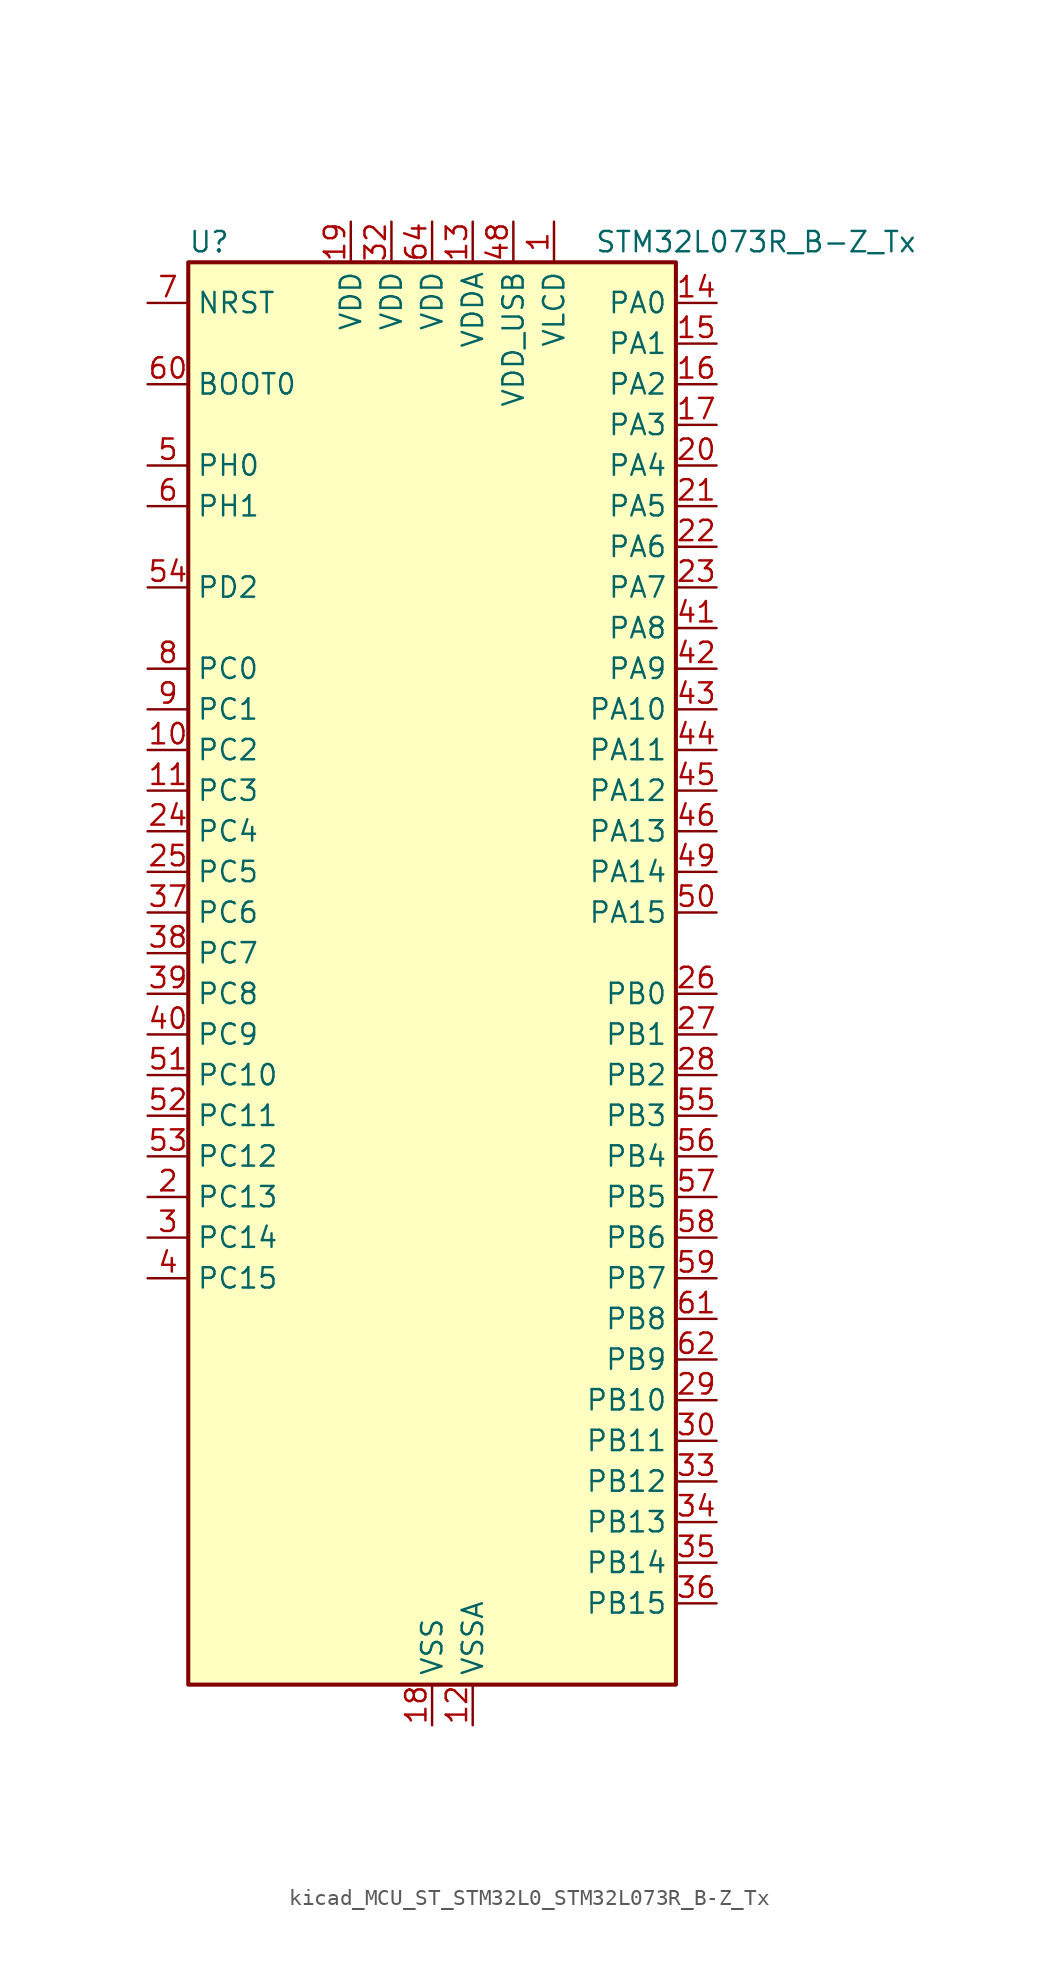
<source format=kicad_sym>
(kicad_symbol_lib
  (version 20220914)
  (generator kicad_symbol_editor)
  (symbol "kicad_MCU_ST_STM32L0_STM32L073R_B-Z_Tx"
    (property "Reference" "U"
      (at -15.24 46.99 0)
      (effects (font (size 1.27 1.27)) (justify left)))
    (property "Value" "STM32L073R_B-Z_Tx"
      (at 10.16 46.99 0)
      (effects (font (size 1.27 1.27)) (justify left)))
    (property "ki_locked" ""
      (at 0 0 0)
      (effects (font (size 1.27 1.27))))
    (symbol "kicad_MCU_ST_STM32L0_STM32L073R_B-Z_Tx_0_1"
      (rectangle (start -15.24 -43.18) (end 15.24 45.72) (stroke (width 0.254) (type default)) (fill (type background))))
    (symbol "kicad_MCU_ST_STM32L0_STM32L073R_B-Z_Tx_1_1"
      (pin power_in line (at 7.62 48.26 270) (length 2.54) (name "VLCD" (effects (font (size 1.27 1.27)))) (number "1" (effects (font (size 1.27 1.27)))))
      (pin bidirectional line (at -17.78 15.24 0) (length 2.54) (name "PC2" (effects (font (size 1.27 1.27)))) (number "10" (effects (font (size 1.27 1.27)))) (alternate "ADC_IN12" bidirectional line) (alternate "I2S2_MCK" bidirectional line) (alternate "LCD_SEG20" bidirectional line) (alternate "LPTIM1_IN2" bidirectional line) (alternate "SPI2_MISO" bidirectional line) (alternate "TSC_G7_IO3" bidirectional line))
      (pin bidirectional line (at -17.78 12.7 0) (length 2.54) (name "PC3" (effects (font (size 1.27 1.27)))) (number "11" (effects (font (size 1.27 1.27)))) (alternate "ADC_IN13" bidirectional line) (alternate "I2S2_SD" bidirectional line) (alternate "LCD_SEG21" bidirectional line) (alternate "LPTIM1_ETR" bidirectional line) (alternate "SPI2_MOSI" bidirectional line) (alternate "TSC_G7_IO4" bidirectional line))
      (pin power_in line (at 2.54 -45.72 90) (length 2.54) (name "VSSA" (effects (font (size 1.27 1.27)))) (number "12" (effects (font (size 1.27 1.27)))))
      (pin power_in line (at 2.54 48.26 270) (length 2.54) (name "VDDA" (effects (font (size 1.27 1.27)))) (number "13" (effects (font (size 1.27 1.27)))))
      (pin bidirectional line (at 17.78 43.18 180) (length 2.54) (name "PA0" (effects (font (size 1.27 1.27)))) (number "14" (effects (font (size 1.27 1.27)))) (alternate "ADC_IN0" bidirectional line) (alternate "COMP1_INM" bidirectional line) (alternate "COMP1_OUT" bidirectional line) (alternate "RTC_TAMP2" bidirectional line) (alternate "SYS_WKUP1" bidirectional line) (alternate "TIM2_CH1" bidirectional line) (alternate "TIM2_ETR" bidirectional line) (alternate "TSC_G1_IO1" bidirectional line) (alternate "USART2_CTS" bidirectional line) (alternate "USART4_TX" bidirectional line))
      (pin bidirectional line (at 17.78 40.64 180) (length 2.54) (name "PA1" (effects (font (size 1.27 1.27)))) (number "15" (effects (font (size 1.27 1.27)))) (alternate "ADC_IN1" bidirectional line) (alternate "COMP1_INP" bidirectional line) (alternate "LCD_SEG0" bidirectional line) (alternate "TIM21_ETR" bidirectional line) (alternate "TIM2_CH2" bidirectional line) (alternate "TSC_G1_IO2" bidirectional line) (alternate "USART2_DE" bidirectional line) (alternate "USART2_RTS" bidirectional line) (alternate "USART4_RX" bidirectional line))
      (pin bidirectional line (at 17.78 38.1 180) (length 2.54) (name "PA2" (effects (font (size 1.27 1.27)))) (number "16" (effects (font (size 1.27 1.27)))) (alternate "ADC_IN2" bidirectional line) (alternate "COMP2_INM" bidirectional line) (alternate "COMP2_OUT" bidirectional line) (alternate "LCD_SEG1" bidirectional line) (alternate "LPUART1_TX" bidirectional line) (alternate "TIM21_CH1" bidirectional line) (alternate "TIM2_CH3" bidirectional line) (alternate "TSC_G1_IO3" bidirectional line) (alternate "USART2_TX" bidirectional line))
      (pin bidirectional line (at 17.78 35.56 180) (length 2.54) (name "PA3" (effects (font (size 1.27 1.27)))) (number "17" (effects (font (size 1.27 1.27)))) (alternate "ADC_IN3" bidirectional line) (alternate "COMP2_INP" bidirectional line) (alternate "LCD_SEG2" bidirectional line) (alternate "LPUART1_RX" bidirectional line) (alternate "TIM21_CH2" bidirectional line) (alternate "TIM2_CH4" bidirectional line) (alternate "TSC_G1_IO4" bidirectional line) (alternate "USART2_RX" bidirectional line))
      (pin power_in line (at 0 -45.72 90) (length 2.54) (name "VSS" (effects (font (size 1.27 1.27)))) (number "18" (effects (font (size 1.27 1.27)))))
      (pin power_in line (at -5.08 48.26 270) (length 2.54) (name "VDD" (effects (font (size 1.27 1.27)))) (number "19" (effects (font (size 1.27 1.27)))))
      (pin bidirectional line (at -17.78 -12.7 0) (length 2.54) (name "PC13" (effects (font (size 1.27 1.27)))) (number "2" (effects (font (size 1.27 1.27)))) (alternate "RTC_OUT_ALARM" bidirectional line) (alternate "RTC_OUT_CALIB" bidirectional line) (alternate "RTC_TAMP1" bidirectional line) (alternate "RTC_TS" bidirectional line) (alternate "SYS_WKUP2" bidirectional line))
      (pin bidirectional line (at 17.78 33.02 180) (length 2.54) (name "PA4" (effects (font (size 1.27 1.27)))) (number "20" (effects (font (size 1.27 1.27)))) (alternate "ADC_IN4" bidirectional line) (alternate "COMP1_INM" bidirectional line) (alternate "COMP2_INM" bidirectional line) (alternate "DAC_OUT1" bidirectional line) (alternate "SPI1_NSS" bidirectional line) (alternate "TIM22_ETR" bidirectional line) (alternate "TSC_G2_IO1" bidirectional line) (alternate "USART2_CK" bidirectional line))
      (pin bidirectional line (at 17.78 30.48 180) (length 2.54) (name "PA5" (effects (font (size 1.27 1.27)))) (number "21" (effects (font (size 1.27 1.27)))) (alternate "ADC_IN5" bidirectional line) (alternate "COMP1_INM" bidirectional line) (alternate "COMP2_INM" bidirectional line) (alternate "DAC_OUT2" bidirectional line) (alternate "SPI1_SCK" bidirectional line) (alternate "TIM2_CH1" bidirectional line) (alternate "TIM2_ETR" bidirectional line) (alternate "TSC_G2_IO2" bidirectional line))
      (pin bidirectional line (at 17.78 27.94 180) (length 2.54) (name "PA6" (effects (font (size 1.27 1.27)))) (number "22" (effects (font (size 1.27 1.27)))) (alternate "ADC_IN6" bidirectional line) (alternate "COMP1_OUT" bidirectional line) (alternate "LCD_SEG3" bidirectional line) (alternate "LPUART1_CTS" bidirectional line) (alternate "SPI1_MISO" bidirectional line) (alternate "TIM22_CH1" bidirectional line) (alternate "TIM3_CH1" bidirectional line) (alternate "TSC_G2_IO3" bidirectional line))
      (pin bidirectional line (at 17.78 25.4 180) (length 2.54) (name "PA7" (effects (font (size 1.27 1.27)))) (number "23" (effects (font (size 1.27 1.27)))) (alternate "ADC_IN7" bidirectional line) (alternate "COMP2_OUT" bidirectional line) (alternate "LCD_SEG4" bidirectional line) (alternate "SPI1_MOSI" bidirectional line) (alternate "TIM22_CH2" bidirectional line) (alternate "TIM3_CH2" bidirectional line) (alternate "TSC_G2_IO4" bidirectional line))
      (pin bidirectional line (at -17.78 10.16 0) (length 2.54) (name "PC4" (effects (font (size 1.27 1.27)))) (number "24" (effects (font (size 1.27 1.27)))) (alternate "ADC_IN14" bidirectional line) (alternate "LCD_SEG22" bidirectional line) (alternate "LPUART1_TX" bidirectional line))
      (pin bidirectional line (at -17.78 7.62 0) (length 2.54) (name "PC5" (effects (font (size 1.27 1.27)))) (number "25" (effects (font (size 1.27 1.27)))) (alternate "ADC_IN15" bidirectional line) (alternate "LCD_SEG23" bidirectional line) (alternate "LPUART1_RX" bidirectional line) (alternate "TSC_G3_IO1" bidirectional line))
      (pin bidirectional line (at 17.78 0 180) (length 2.54) (name "PB0" (effects (font (size 1.27 1.27)))) (number "26" (effects (font (size 1.27 1.27)))) (alternate "ADC_IN8" bidirectional line) (alternate "LCD_SEG5" bidirectional line) (alternate "LCD_VLCD3" bidirectional line) (alternate "SYS_VREF_OUT_PB0" bidirectional line) (alternate "TIM3_CH3" bidirectional line) (alternate "TSC_G3_IO2" bidirectional line))
      (pin bidirectional line (at 17.78 -2.54 180) (length 2.54) (name "PB1" (effects (font (size 1.27 1.27)))) (number "27" (effects (font (size 1.27 1.27)))) (alternate "ADC_IN9" bidirectional line) (alternate "LCD_SEG6" bidirectional line) (alternate "LPUART1_DE" bidirectional line) (alternate "LPUART1_RTS" bidirectional line) (alternate "SYS_VREF_OUT_PB1" bidirectional line) (alternate "TIM3_CH4" bidirectional line) (alternate "TSC_G3_IO3" bidirectional line))
      (pin bidirectional line (at 17.78 -5.08 180) (length 2.54) (name "PB2" (effects (font (size 1.27 1.27)))) (number "28" (effects (font (size 1.27 1.27)))) (alternate "I2C3_SMBA" bidirectional line) (alternate "LCD_VLCD2" bidirectional line) (alternate "LPTIM1_OUT" bidirectional line) (alternate "TSC_G3_IO4" bidirectional line))
      (pin bidirectional line (at 17.78 -25.4 180) (length 2.54) (name "PB10" (effects (font (size 1.27 1.27)))) (number "29" (effects (font (size 1.27 1.27)))) (alternate "I2C2_SCL" bidirectional line) (alternate "LCD_SEG10" bidirectional line) (alternate "LPUART1_RX" bidirectional line) (alternate "LPUART1_TX" bidirectional line) (alternate "SPI2_SCK" bidirectional line) (alternate "TIM2_CH3" bidirectional line) (alternate "TSC_SYNC" bidirectional line))
      (pin bidirectional line (at -17.78 -15.24 0) (length 2.54) (name "PC14" (effects (font (size 1.27 1.27)))) (number "3" (effects (font (size 1.27 1.27)))) (alternate "RCC_OSC32_IN" bidirectional line))
      (pin bidirectional line (at 17.78 -27.94 180) (length 2.54) (name "PB11" (effects (font (size 1.27 1.27)))) (number "30" (effects (font (size 1.27 1.27)))) (alternate "ADC_EXTI11" bidirectional line) (alternate "I2C2_SDA" bidirectional line) (alternate "LCD_SEG11" bidirectional line) (alternate "LPUART1_RX" bidirectional line) (alternate "LPUART1_TX" bidirectional line) (alternate "TIM2_CH4" bidirectional line) (alternate "TSC_G6_IO1" bidirectional line))
      (pin passive line (at 0 -45.72 90) (length 2.54) hide (name "VSS" (effects (font (size 1.27 1.27)))) (number "31" (effects (font (size 1.27 1.27)))))
      (pin power_in line (at -2.54 48.26 270) (length 2.54) (name "VDD" (effects (font (size 1.27 1.27)))) (number "32" (effects (font (size 1.27 1.27)))))
      (pin bidirectional line (at 17.78 -30.48 180) (length 2.54) (name "PB12" (effects (font (size 1.27 1.27)))) (number "33" (effects (font (size 1.27 1.27)))) (alternate "I2S2_WS" bidirectional line) (alternate "LCD_SEG12" bidirectional line) (alternate "LCD_VLCD2" bidirectional line) (alternate "LPUART1_DE" bidirectional line) (alternate "LPUART1_RTS" bidirectional line) (alternate "SPI2_NSS" bidirectional line) (alternate "TSC_G6_IO2" bidirectional line))
      (pin bidirectional line (at 17.78 -33.02 180) (length 2.54) (name "PB13" (effects (font (size 1.27 1.27)))) (number "34" (effects (font (size 1.27 1.27)))) (alternate "I2C2_SCL" bidirectional line) (alternate "I2S2_CK" bidirectional line) (alternate "LCD_SEG13" bidirectional line) (alternate "LPUART1_CTS" bidirectional line) (alternate "RCC_MCO" bidirectional line) (alternate "SPI2_SCK" bidirectional line) (alternate "TIM21_CH1" bidirectional line) (alternate "TSC_G6_IO3" bidirectional line))
      (pin bidirectional line (at 17.78 -35.56 180) (length 2.54) (name "PB14" (effects (font (size 1.27 1.27)))) (number "35" (effects (font (size 1.27 1.27)))) (alternate "I2C2_SDA" bidirectional line) (alternate "I2S2_MCK" bidirectional line) (alternate "LCD_SEG14" bidirectional line) (alternate "LPUART1_DE" bidirectional line) (alternate "LPUART1_RTS" bidirectional line) (alternate "RTC_OUT_ALARM" bidirectional line) (alternate "RTC_OUT_CALIB" bidirectional line) (alternate "SPI2_MISO" bidirectional line) (alternate "TIM21_CH2" bidirectional line) (alternate "TSC_G6_IO4" bidirectional line))
      (pin bidirectional line (at 17.78 -38.1 180) (length 2.54) (name "PB15" (effects (font (size 1.27 1.27)))) (number "36" (effects (font (size 1.27 1.27)))) (alternate "I2S2_SD" bidirectional line) (alternate "LCD_SEG15" bidirectional line) (alternate "RTC_REFIN" bidirectional line) (alternate "SPI2_MOSI" bidirectional line))
      (pin bidirectional line (at -17.78 5.08 0) (length 2.54) (name "PC6" (effects (font (size 1.27 1.27)))) (number "37" (effects (font (size 1.27 1.27)))) (alternate "LCD_SEG24" bidirectional line) (alternate "TIM22_CH1" bidirectional line) (alternate "TIM3_CH1" bidirectional line) (alternate "TSC_G8_IO1" bidirectional line))
      (pin bidirectional line (at -17.78 2.54 0) (length 2.54) (name "PC7" (effects (font (size 1.27 1.27)))) (number "38" (effects (font (size 1.27 1.27)))) (alternate "LCD_SEG25" bidirectional line) (alternate "TIM22_CH2" bidirectional line) (alternate "TIM3_CH2" bidirectional line) (alternate "TSC_G8_IO2" bidirectional line))
      (pin bidirectional line (at -17.78 0 0) (length 2.54) (name "PC8" (effects (font (size 1.27 1.27)))) (number "39" (effects (font (size 1.27 1.27)))) (alternate "LCD_SEG26" bidirectional line) (alternate "TIM22_ETR" bidirectional line) (alternate "TIM3_CH3" bidirectional line) (alternate "TSC_G8_IO3" bidirectional line))
      (pin bidirectional line (at -17.78 -17.78 0) (length 2.54) (name "PC15" (effects (font (size 1.27 1.27)))) (number "4" (effects (font (size 1.27 1.27)))) (alternate "RCC_OSC32_OUT" bidirectional line))
      (pin bidirectional line (at -17.78 -2.54 0) (length 2.54) (name "PC9" (effects (font (size 1.27 1.27)))) (number "40" (effects (font (size 1.27 1.27)))) (alternate "DAC_EXTI9" bidirectional line) (alternate "I2C3_SDA" bidirectional line) (alternate "LCD_SEG27" bidirectional line) (alternate "TIM21_ETR" bidirectional line) (alternate "TIM3_CH4" bidirectional line) (alternate "TSC_G8_IO4" bidirectional line) (alternate "USB_NOE" bidirectional line))
      (pin bidirectional line (at 17.78 22.86 180) (length 2.54) (name "PA8" (effects (font (size 1.27 1.27)))) (number "41" (effects (font (size 1.27 1.27)))) (alternate "CRS_SYNC" bidirectional line) (alternate "I2C3_SCL" bidirectional line) (alternate "LCD_COM0" bidirectional line) (alternate "RCC_MCO" bidirectional line) (alternate "USART1_CK" bidirectional line))
      (pin bidirectional line (at 17.78 20.32 180) (length 2.54) (name "PA9" (effects (font (size 1.27 1.27)))) (number "42" (effects (font (size 1.27 1.27)))) (alternate "DAC_EXTI9" bidirectional line) (alternate "I2C1_SCL" bidirectional line) (alternate "I2C3_SMBA" bidirectional line) (alternate "LCD_COM1" bidirectional line) (alternate "RCC_MCO" bidirectional line) (alternate "TSC_G4_IO1" bidirectional line) (alternate "USART1_TX" bidirectional line))
      (pin bidirectional line (at 17.78 17.78 180) (length 2.54) (name "PA10" (effects (font (size 1.27 1.27)))) (number "43" (effects (font (size 1.27 1.27)))) (alternate "I2C1_SDA" bidirectional line) (alternate "LCD_COM2" bidirectional line) (alternate "TSC_G4_IO2" bidirectional line) (alternate "USART1_RX" bidirectional line))
      (pin bidirectional line (at 17.78 15.24 180) (length 2.54) (name "PA11" (effects (font (size 1.27 1.27)))) (number "44" (effects (font (size 1.27 1.27)))) (alternate "ADC_EXTI11" bidirectional line) (alternate "COMP1_OUT" bidirectional line) (alternate "SPI1_MISO" bidirectional line) (alternate "TSC_G4_IO3" bidirectional line) (alternate "USART1_CTS" bidirectional line) (alternate "USB_DM" bidirectional line))
      (pin bidirectional line (at 17.78 12.7 180) (length 2.54) (name "PA12" (effects (font (size 1.27 1.27)))) (number "45" (effects (font (size 1.27 1.27)))) (alternate "COMP2_OUT" bidirectional line) (alternate "SPI1_MOSI" bidirectional line) (alternate "TSC_G4_IO4" bidirectional line) (alternate "USART1_DE" bidirectional line) (alternate "USART1_RTS" bidirectional line) (alternate "USB_DP" bidirectional line))
      (pin bidirectional line (at 17.78 10.16 180) (length 2.54) (name "PA13" (effects (font (size 1.27 1.27)))) (number "46" (effects (font (size 1.27 1.27)))) (alternate "LPUART1_RX" bidirectional line) (alternate "SYS_SWDIO" bidirectional line) (alternate "USB_NOE" bidirectional line))
      (pin passive line (at 0 -45.72 90) (length 2.54) hide (name "VSS" (effects (font (size 1.27 1.27)))) (number "47" (effects (font (size 1.27 1.27)))))
      (pin power_in line (at 5.08 48.26 270) (length 2.54) (name "VDD_USB" (effects (font (size 1.27 1.27)))) (number "48" (effects (font (size 1.27 1.27)))))
      (pin bidirectional line (at 17.78 7.62 180) (length 2.54) (name "PA14" (effects (font (size 1.27 1.27)))) (number "49" (effects (font (size 1.27 1.27)))) (alternate "LPUART1_TX" bidirectional line) (alternate "SYS_SWCLK" bidirectional line) (alternate "USART2_TX" bidirectional line))
      (pin bidirectional line (at -17.78 33.02 0) (length 2.54) (name "PH0" (effects (font (size 1.27 1.27)))) (number "5" (effects (font (size 1.27 1.27)))) (alternate "CRS_SYNC" bidirectional line) (alternate "RCC_OSC_IN" bidirectional line))
      (pin bidirectional line (at 17.78 5.08 180) (length 2.54) (name "PA15" (effects (font (size 1.27 1.27)))) (number "50" (effects (font (size 1.27 1.27)))) (alternate "LCD_SEG17" bidirectional line) (alternate "SPI1_NSS" bidirectional line) (alternate "TIM2_CH1" bidirectional line) (alternate "TIM2_ETR" bidirectional line) (alternate "USART2_RX" bidirectional line) (alternate "USART4_DE" bidirectional line) (alternate "USART4_RTS" bidirectional line))
      (pin bidirectional line (at -17.78 -5.08 0) (length 2.54) (name "PC10" (effects (font (size 1.27 1.27)))) (number "51" (effects (font (size 1.27 1.27)))) (alternate "LCD_COM4" bidirectional line) (alternate "LCD_SEG28" bidirectional line) (alternate "LPUART1_TX" bidirectional line) (alternate "USART4_TX" bidirectional line))
      (pin bidirectional line (at -17.78 -7.62 0) (length 2.54) (name "PC11" (effects (font (size 1.27 1.27)))) (number "52" (effects (font (size 1.27 1.27)))) (alternate "ADC_EXTI11" bidirectional line) (alternate "LCD_COM5" bidirectional line) (alternate "LCD_SEG29" bidirectional line) (alternate "LPUART1_RX" bidirectional line) (alternate "USART4_RX" bidirectional line))
      (pin bidirectional line (at -17.78 -10.16 0) (length 2.54) (name "PC12" (effects (font (size 1.27 1.27)))) (number "53" (effects (font (size 1.27 1.27)))) (alternate "LCD_COM6" bidirectional line) (alternate "LCD_SEG30" bidirectional line) (alternate "USART4_CK" bidirectional line) (alternate "USART5_TX" bidirectional line))
      (pin bidirectional line (at -17.78 25.4 0) (length 2.54) (name "PD2" (effects (font (size 1.27 1.27)))) (number "54" (effects (font (size 1.27 1.27)))) (alternate "LCD_COM7" bidirectional line) (alternate "LCD_SEG31" bidirectional line) (alternate "LPUART1_DE" bidirectional line) (alternate "LPUART1_RTS" bidirectional line) (alternate "TIM3_ETR" bidirectional line) (alternate "USART5_RX" bidirectional line))
      (pin bidirectional line (at 17.78 -7.62 180) (length 2.54) (name "PB3" (effects (font (size 1.27 1.27)))) (number "55" (effects (font (size 1.27 1.27)))) (alternate "COMP2_INM" bidirectional line) (alternate "LCD_SEG7" bidirectional line) (alternate "SPI1_SCK" bidirectional line) (alternate "TIM2_CH2" bidirectional line) (alternate "TSC_G5_IO1" bidirectional line) (alternate "USART1_DE" bidirectional line) (alternate "USART1_RTS" bidirectional line) (alternate "USART5_TX" bidirectional line))
      (pin bidirectional line (at 17.78 -10.16 180) (length 2.54) (name "PB4" (effects (font (size 1.27 1.27)))) (number "56" (effects (font (size 1.27 1.27)))) (alternate "COMP2_INP" bidirectional line) (alternate "I2C3_SDA" bidirectional line) (alternate "LCD_SEG8" bidirectional line) (alternate "SPI1_MISO" bidirectional line) (alternate "TIM22_CH1" bidirectional line) (alternate "TIM3_CH1" bidirectional line) (alternate "TSC_G5_IO2" bidirectional line) (alternate "USART1_CTS" bidirectional line) (alternate "USART5_RX" bidirectional line))
      (pin bidirectional line (at 17.78 -12.7 180) (length 2.54) (name "PB5" (effects (font (size 1.27 1.27)))) (number "57" (effects (font (size 1.27 1.27)))) (alternate "COMP2_INP" bidirectional line) (alternate "I2C1_SMBA" bidirectional line) (alternate "LCD_SEG9" bidirectional line) (alternate "LPTIM1_IN1" bidirectional line) (alternate "SPI1_MOSI" bidirectional line) (alternate "TIM22_CH2" bidirectional line) (alternate "TIM3_CH2" bidirectional line) (alternate "USART1_CK" bidirectional line) (alternate "USART5_CK" bidirectional line) (alternate "USART5_DE" bidirectional line) (alternate "USART5_RTS" bidirectional line))
      (pin bidirectional line (at 17.78 -15.24 180) (length 2.54) (name "PB6" (effects (font (size 1.27 1.27)))) (number "58" (effects (font (size 1.27 1.27)))) (alternate "COMP2_INP" bidirectional line) (alternate "I2C1_SCL" bidirectional line) (alternate "LPTIM1_ETR" bidirectional line) (alternate "TSC_G5_IO3" bidirectional line) (alternate "USART1_TX" bidirectional line))
      (pin bidirectional line (at 17.78 -17.78 180) (length 2.54) (name "PB7" (effects (font (size 1.27 1.27)))) (number "59" (effects (font (size 1.27 1.27)))) (alternate "COMP2_INP" bidirectional line) (alternate "I2C1_SDA" bidirectional line) (alternate "LPTIM1_IN2" bidirectional line) (alternate "SYS_PVD_IN" bidirectional line) (alternate "TSC_G5_IO4" bidirectional line) (alternate "USART1_RX" bidirectional line) (alternate "USART4_CTS" bidirectional line))
      (pin bidirectional line (at -17.78 30.48 0) (length 2.54) (name "PH1" (effects (font (size 1.27 1.27)))) (number "6" (effects (font (size 1.27 1.27)))) (alternate "RCC_OSC_OUT" bidirectional line))
      (pin input line (at -17.78 38.1 0) (length 2.54) (name "BOOT0" (effects (font (size 1.27 1.27)))) (number "60" (effects (font (size 1.27 1.27)))))
      (pin bidirectional line (at 17.78 -20.32 180) (length 2.54) (name "PB8" (effects (font (size 1.27 1.27)))) (number "61" (effects (font (size 1.27 1.27)))) (alternate "I2C1_SCL" bidirectional line) (alternate "LCD_SEG16" bidirectional line) (alternate "TSC_SYNC" bidirectional line))
      (pin bidirectional line (at 17.78 -22.86 180) (length 2.54) (name "PB9" (effects (font (size 1.27 1.27)))) (number "62" (effects (font (size 1.27 1.27)))) (alternate "DAC_EXTI9" bidirectional line) (alternate "I2C1_SDA" bidirectional line) (alternate "I2S2_WS" bidirectional line) (alternate "LCD_COM3" bidirectional line) (alternate "SPI2_NSS" bidirectional line))
      (pin passive line (at 0 -45.72 90) (length 2.54) hide (name "VSS" (effects (font (size 1.27 1.27)))) (number "63" (effects (font (size 1.27 1.27)))))
      (pin power_in line (at 0 48.26 270) (length 2.54) (name "VDD" (effects (font (size 1.27 1.27)))) (number "64" (effects (font (size 1.27 1.27)))))
      (pin input line (at -17.78 43.18 0) (length 2.54) (name "NRST" (effects (font (size 1.27 1.27)))) (number "7" (effects (font (size 1.27 1.27)))))
      (pin bidirectional line (at -17.78 20.32 0) (length 2.54) (name "PC0" (effects (font (size 1.27 1.27)))) (number "8" (effects (font (size 1.27 1.27)))) (alternate "ADC_IN10" bidirectional line) (alternate "I2C3_SCL" bidirectional line) (alternate "LCD_SEG18" bidirectional line) (alternate "LPTIM1_IN1" bidirectional line) (alternate "LPUART1_RX" bidirectional line) (alternate "TSC_G7_IO1" bidirectional line))
      (pin bidirectional line (at -17.78 17.78 0) (length 2.54) (name "PC1" (effects (font (size 1.27 1.27)))) (number "9" (effects (font (size 1.27 1.27)))) (alternate "ADC_IN11" bidirectional line) (alternate "I2C3_SDA" bidirectional line) (alternate "LCD_SEG19" bidirectional line) (alternate "LPTIM1_OUT" bidirectional line) (alternate "LPUART1_TX" bidirectional line) (alternate "TSC_G7_IO2" bidirectional line)))))
</source>
